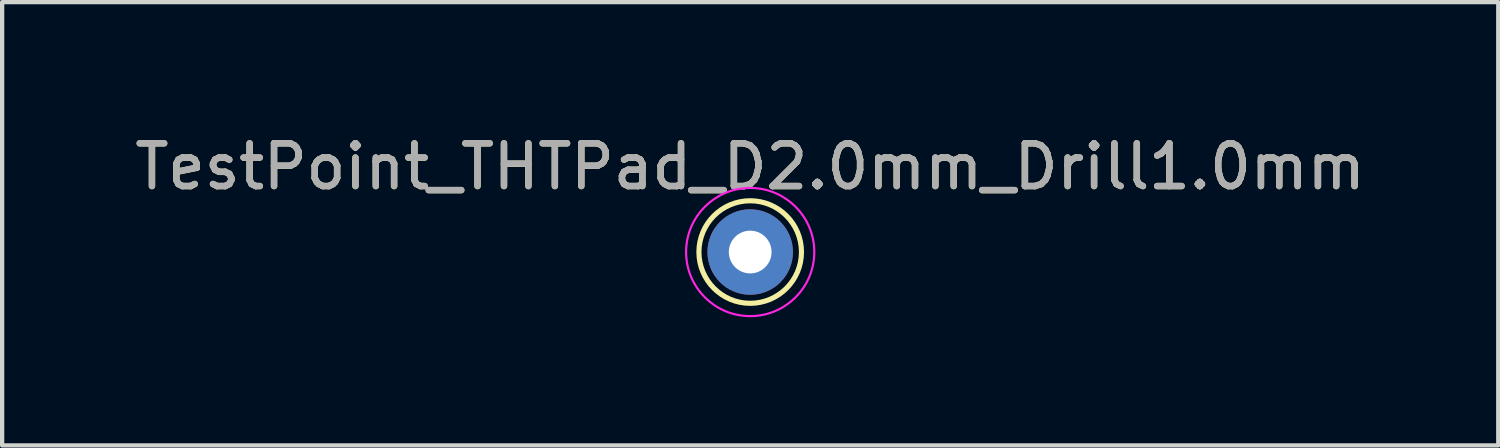
<source format=kicad_pcb>
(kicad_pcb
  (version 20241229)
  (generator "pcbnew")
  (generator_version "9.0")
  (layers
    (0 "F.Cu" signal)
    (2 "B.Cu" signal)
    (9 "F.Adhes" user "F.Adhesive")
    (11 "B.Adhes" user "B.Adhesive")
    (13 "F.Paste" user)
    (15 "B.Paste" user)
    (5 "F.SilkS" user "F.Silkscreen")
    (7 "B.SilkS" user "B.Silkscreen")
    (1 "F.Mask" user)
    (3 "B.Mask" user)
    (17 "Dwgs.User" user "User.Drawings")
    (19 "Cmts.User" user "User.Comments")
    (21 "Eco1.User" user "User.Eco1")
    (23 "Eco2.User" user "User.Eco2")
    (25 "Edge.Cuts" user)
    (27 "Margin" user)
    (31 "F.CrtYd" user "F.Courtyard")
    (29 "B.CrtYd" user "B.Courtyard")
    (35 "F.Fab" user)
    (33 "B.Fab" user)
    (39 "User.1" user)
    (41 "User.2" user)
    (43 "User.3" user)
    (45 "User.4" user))
  (footprint "TestPoint_THTPad_D2.0mm_Drill1.0mm"
    (layer "F.Cu")
    (at 14.506 2.848)
    (property "Reference" "TestPoint_THTPad_D2.0mm_Drill1.0mm" (at 0 -1.998 0) (layer "F.SilkS") (effects (font (size 1 1) (thickness 0.15))))
    (attr exclude_from_pos_files exclude_from_bom)
    (fp_circle (center 0 0) (end 0 1.2) (stroke (width 0.12) (type solid)) (fill no) (layer "F.SilkS"))
    (fp_circle (center 0 0) (end 1.5 0) (stroke (width 0.05) (type solid)) (fill no) (layer "F.CrtYd"))
    (fp_text user "${REFERENCE}" (at 0 -2 0) (layer "F.Fab") (effects (font (size 1 1) (thickness 0.15))))
    (pad "1" thru_hole circle (at 0 0) (size 2 2) (drill 1) (layers "*.Cu" "*.Mask")))
  (gr_rect
    (start -3 -3)
    (end 32.012 7.373)
    (stroke (width 0.1) (type default))
    (fill no)
    (layer "Edge.Cuts")))
</source>
